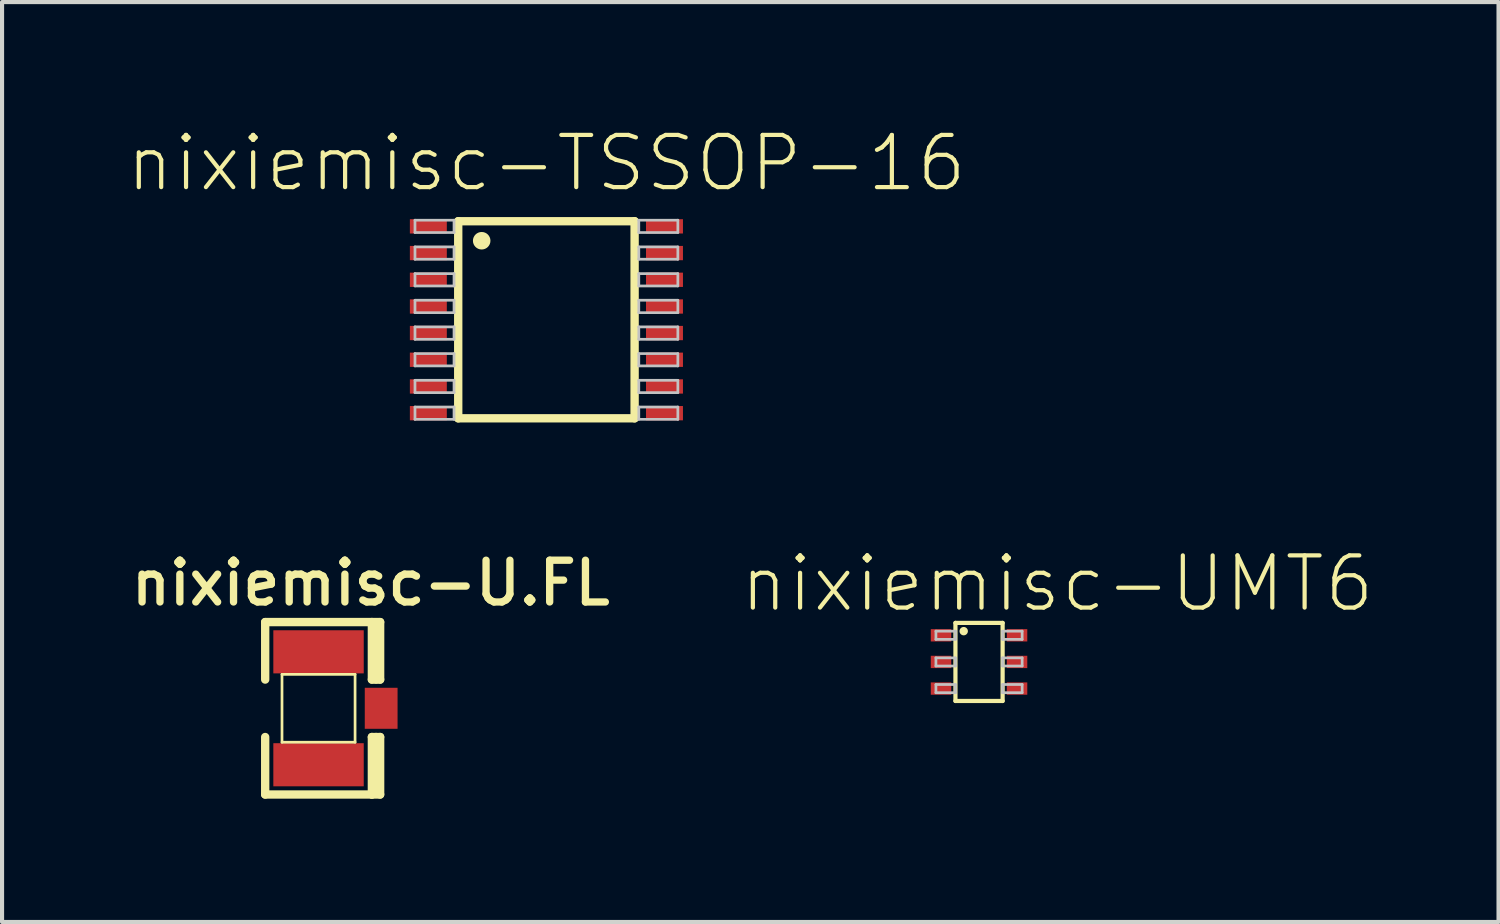
<source format=kicad_pcb>
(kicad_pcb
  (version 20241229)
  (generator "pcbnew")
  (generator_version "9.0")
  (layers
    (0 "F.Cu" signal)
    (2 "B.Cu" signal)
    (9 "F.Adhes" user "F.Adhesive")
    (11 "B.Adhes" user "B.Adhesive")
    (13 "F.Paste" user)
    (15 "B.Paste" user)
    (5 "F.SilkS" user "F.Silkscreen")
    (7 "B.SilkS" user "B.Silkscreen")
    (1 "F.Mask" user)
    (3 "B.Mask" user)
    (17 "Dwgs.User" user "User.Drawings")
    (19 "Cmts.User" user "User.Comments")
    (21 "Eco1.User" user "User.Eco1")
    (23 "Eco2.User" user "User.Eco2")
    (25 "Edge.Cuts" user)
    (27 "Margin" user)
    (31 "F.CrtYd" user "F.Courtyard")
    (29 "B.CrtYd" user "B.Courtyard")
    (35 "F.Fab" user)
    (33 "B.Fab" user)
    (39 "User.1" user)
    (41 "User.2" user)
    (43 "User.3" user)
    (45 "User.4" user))
  (footprint "nixiemisc-U.FL"
    (layer "F.Cu")
    (at 4.701 14.185)
    (property "Reference" "nixiemisc-U.FL" (at 1.27 -3.048 0) (layer "F.SilkS") (effects (font (size 1.016 1.016) (thickness 0.178))))
    (attr smd)
    (fp_line (start -1.298 -0.699) (end -1.298 -2.098) (stroke (width 0.203) (type solid)) (layer "F.SilkS"))
    (fp_line (start -1.298 2.098) (end -1.298 0.699) (stroke (width 0.203) (type solid)) (layer "F.SilkS"))
    (fp_line (start -1.298 2.098) (end 1.298 2.098) (stroke (width 0.203) (type solid)) (layer "F.SilkS"))
    (fp_line (start -0.889 -0.826) (end 0.889 -0.826) (stroke (width 0.066) (type solid)) (layer "F.SilkS"))
    (fp_line (start -0.889 0.826) (end -0.889 -0.826) (stroke (width 0.066) (type solid)) (layer "F.SilkS"))
    (fp_line (start -0.889 0.826) (end 0.889 0.826) (stroke (width 0.066) (type solid)) (layer "F.SilkS"))
    (fp_line (start 0.889 0.826) (end 0.889 -0.826) (stroke (width 0.066) (type solid)) (layer "F.SilkS"))
    (fp_line (start 1.298 -2.098) (end -1.298 -2.098) (stroke (width 0.203) (type solid)) (layer "F.SilkS"))
    (fp_line (start 1.298 -0.699) (end 1.298 -2.098) (stroke (width 0.203) (type solid)) (layer "F.SilkS"))
    (fp_line (start 1.298 2.098) (end 1.298 0.699) (stroke (width 0.203) (type solid)) (layer "F.SilkS"))
    (fp_line (start 1.4 -0.699) (end 1.4 -1.999) (stroke (width 0.203) (type solid)) (layer "F.SilkS"))
    (fp_line (start 1.4 1.999) (end 1.4 0.699) (stroke (width 0.203) (type solid)) (layer "F.SilkS"))
    (fp_line (start 1.499 -2.098) (end 1.298 -2.098) (stroke (width 0.203) (type solid)) (layer "F.SilkS"))
    (fp_line (start 1.499 -0.699) (end 1.298 -0.699) (stroke (width 0.203) (type solid)) (layer "F.SilkS"))
    (fp_line (start 1.499 -0.699) (end 1.499 -2.098) (stroke (width 0.203) (type solid)) (layer "F.SilkS"))
    (fp_line (start 1.499 0.699) (end 1.298 0.699) (stroke (width 0.203) (type solid)) (layer "F.SilkS"))
    (fp_line (start 1.499 2.098) (end 1.298 2.098) (stroke (width 0.203) (type solid)) (layer "F.SilkS"))
    (fp_line (start 1.499 2.098) (end 1.499 0.699) (stroke (width 0.203) (type solid)) (layer "F.SilkS"))
    (pad "1" smd rect (at 0 -1.374) (size 2.2 1.049) (layers "F.Cu" "F.Mask" "F.Paste"))
    (pad "2" smd rect (at 0 1.374) (size 2.2 1.049) (layers "F.Cu" "F.Mask" "F.Paste"))
    (pad "3" smd rect (at 1.524 0) (size 0.798 0.998) (layers "F.Cu" "F.Mask" "F.Paste")))
  (footprint "nixiemisc-UMT6"
    (layer "F.Cu")
    (at 20.773 13.057)
    (property "Reference" "nixiemisc-UMT6" (at 1.905 -1.905 0) (layer "F.SilkS") (effects (font (size 1.27 1.27) (thickness 0.102))))
    (attr smd)
    (fp_line (start -1.224 -0.848) (end -0.599 -0.848) (stroke (width 0.066) (type solid)) (layer "F.Mask"))
    (fp_line (start -1.224 -0.45) (end -1.224 -0.848) (stroke (width 0.066) (type solid)) (layer "F.Mask"))
    (fp_line (start -1.224 -0.45) (end -0.599 -0.45) (stroke (width 0.066) (type solid)) (layer "F.Mask"))
    (fp_line (start -1.224 -0.198) (end -0.599 -0.198) (stroke (width 0.066) (type solid)) (layer "F.Mask"))
    (fp_line (start -1.224 0.198) (end -1.224 -0.198) (stroke (width 0.066) (type solid)) (layer "F.Mask"))
    (fp_line (start -1.224 0.198) (end -0.599 0.198) (stroke (width 0.066) (type solid)) (layer "F.Mask"))
    (fp_line (start -1.224 0.45) (end -0.599 0.45) (stroke (width 0.066) (type solid)) (layer "F.Mask"))
    (fp_line (start -1.224 0.848) (end -1.224 0.45) (stroke (width 0.066) (type solid)) (layer "F.Mask"))
    (fp_line (start -1.224 0.848) (end -0.599 0.848) (stroke (width 0.066) (type solid)) (layer "F.Mask"))
    (fp_line (start -0.599 -0.45) (end -0.599 -0.848) (stroke (width 0.066) (type solid)) (layer "F.Mask"))
    (fp_line (start -0.599 0.198) (end -0.599 -0.198) (stroke (width 0.066) (type solid)) (layer "F.Mask"))
    (fp_line (start -0.599 0.848) (end -0.599 0.45) (stroke (width 0.066) (type solid)) (layer "F.Mask"))
    (fp_line (start 0.599 -0.848) (end 0.599 -0.45) (stroke (width 0.066) (type solid)) (layer "F.Mask"))
    (fp_line (start 0.599 -0.198) (end 0.599 0.198) (stroke (width 0.066) (type solid)) (layer "F.Mask"))
    (fp_line (start 0.599 0.45) (end 0.599 0.848) (stroke (width 0.066) (type solid)) (layer "F.Mask"))
    (fp_line (start 1.224 -0.848) (end 0.599 -0.848) (stroke (width 0.066) (type solid)) (layer "F.Mask"))
    (fp_line (start 1.224 -0.848) (end 1.224 -0.45) (stroke (width 0.066) (type solid)) (layer "F.Mask"))
    (fp_line (start 1.224 -0.45) (end 0.599 -0.45) (stroke (width 0.066) (type solid)) (layer "F.Mask"))
    (fp_line (start 1.224 -0.198) (end 0.599 -0.198) (stroke (width 0.066) (type solid)) (layer "F.Mask"))
    (fp_line (start 1.224 -0.198) (end 1.224 0.198) (stroke (width 0.066) (type solid)) (layer "F.Mask"))
    (fp_line (start 1.224 0.198) (end 0.599 0.198) (stroke (width 0.066) (type solid)) (layer "F.Mask"))
    (fp_line (start 1.224 0.45) (end 0.599 0.45) (stroke (width 0.066) (type solid)) (layer "F.Mask"))
    (fp_line (start 1.224 0.45) (end 1.224 0.848) (stroke (width 0.066) (type solid)) (layer "F.Mask"))
    (fp_line (start 1.224 0.848) (end 0.599 0.848) (stroke (width 0.066) (type solid)) (layer "F.Mask"))
    (fp_line (start -0.574 -0.95) (end 0.574 -0.95) (stroke (width 0.102) (type solid)) (layer "F.SilkS"))
    (fp_line (start -0.574 0.95) (end -0.574 -0.95) (stroke (width 0.102) (type solid)) (layer "F.SilkS"))
    (fp_line (start 0.574 -0.95) (end 0.574 0.95) (stroke (width 0.102) (type solid)) (layer "F.SilkS"))
    (fp_line (start 0.574 0.95) (end -0.574 0.95) (stroke (width 0.102) (type solid)) (layer "F.SilkS"))
    (fp_circle (center -0.373 -0.749) (end -0.373 -0.851) (stroke (width 0) (type solid)) (fill yes) (layer "F.SilkS"))
    (fp_line (start -1.148 -0.775) (end -0.699 -0.775) (stroke (width 0.066) (type solid)) (layer "F.Paste"))
    (fp_line (start -1.148 -0.523) (end -1.148 -0.775) (stroke (width 0.066) (type solid)) (layer "F.Paste"))
    (fp_line (start -1.148 -0.523) (end -0.699 -0.523) (stroke (width 0.066) (type solid)) (layer "F.Paste"))
    (fp_line (start -1.148 -0.124) (end -0.699 -0.124) (stroke (width 0.066) (type solid)) (layer "F.Paste"))
    (fp_line (start -1.148 0.124) (end -1.148 -0.124) (stroke (width 0.066) (type solid)) (layer "F.Paste"))
    (fp_line (start -1.148 0.124) (end -0.699 0.124) (stroke (width 0.066) (type solid)) (layer "F.Paste"))
    (fp_line (start -1.148 0.523) (end -0.699 0.523) (stroke (width 0.066) (type solid)) (layer "F.Paste"))
    (fp_line (start -1.148 0.775) (end -1.148 0.523) (stroke (width 0.066) (type solid)) (layer "F.Paste"))
    (fp_line (start -1.148 0.775) (end -0.699 0.775) (stroke (width 0.066) (type solid)) (layer "F.Paste"))
    (fp_line (start -0.699 -0.523) (end -0.699 -0.775) (stroke (width 0.066) (type solid)) (layer "F.Paste"))
    (fp_line (start -0.699 0.124) (end -0.699 -0.124) (stroke (width 0.066) (type solid)) (layer "F.Paste"))
    (fp_line (start -0.699 0.775) (end -0.699 0.523) (stroke (width 0.066) (type solid)) (layer "F.Paste"))
    (fp_line (start 0.699 -0.775) (end 0.699 -0.523) (stroke (width 0.066) (type solid)) (layer "F.Paste"))
    (fp_line (start 0.699 -0.124) (end 0.699 0.124) (stroke (width 0.066) (type solid)) (layer "F.Paste"))
    (fp_line (start 0.699 0.523) (end 0.699 0.775) (stroke (width 0.066) (type solid)) (layer "F.Paste"))
    (fp_line (start 1.148 -0.775) (end 0.699 -0.775) (stroke (width 0.066) (type solid)) (layer "F.Paste"))
    (fp_line (start 1.148 -0.775) (end 1.148 -0.523) (stroke (width 0.066) (type solid)) (layer "F.Paste"))
    (fp_line (start 1.148 -0.523) (end 0.699 -0.523) (stroke (width 0.066) (type solid)) (layer "F.Paste"))
    (fp_line (start 1.148 -0.124) (end 0.699 -0.124) (stroke (width 0.066) (type solid)) (layer "F.Paste"))
    (fp_line (start 1.148 -0.124) (end 1.148 0.124) (stroke (width 0.066) (type solid)) (layer "F.Paste"))
    (fp_line (start 1.148 0.124) (end 0.699 0.124) (stroke (width 0.066) (type solid)) (layer "F.Paste"))
    (fp_line (start 1.148 0.523) (end 0.699 0.523) (stroke (width 0.066) (type solid)) (layer "F.Paste"))
    (fp_line (start 1.148 0.523) (end 1.148 0.775) (stroke (width 0.066) (type solid)) (layer "F.Paste"))
    (fp_line (start 1.148 0.775) (end 0.699 0.775) (stroke (width 0.066) (type solid)) (layer "F.Paste"))
    (fp_line (start -1.049 -0.749) (end -0.574 -0.749) (stroke (width 0.066) (type solid)) (layer "Dwgs.User"))
    (fp_line (start -1.049 -0.549) (end -1.049 -0.749) (stroke (width 0.066) (type solid)) (layer "Dwgs.User"))
    (fp_line (start -1.049 -0.549) (end -0.574 -0.549) (stroke (width 0.066) (type solid)) (layer "Dwgs.User"))
    (fp_line (start -1.049 -0.099) (end -0.574 -0.099) (stroke (width 0.066) (type solid)) (layer "Dwgs.User"))
    (fp_line (start -1.049 0.099) (end -1.049 -0.099) (stroke (width 0.066) (type solid)) (layer "Dwgs.User"))
    (fp_line (start -1.049 0.099) (end -0.574 0.099) (stroke (width 0.066) (type solid)) (layer "Dwgs.User"))
    (fp_line (start -1.049 0.549) (end -0.574 0.549) (stroke (width 0.066) (type solid)) (layer "Dwgs.User"))
    (fp_line (start -1.049 0.749) (end -1.049 0.549) (stroke (width 0.066) (type solid)) (layer "Dwgs.User"))
    (fp_line (start -1.049 0.749) (end -0.574 0.749) (stroke (width 0.066) (type solid)) (layer "Dwgs.User"))
    (fp_line (start -0.574 -0.549) (end -0.574 -0.749) (stroke (width 0.066) (type solid)) (layer "Dwgs.User"))
    (fp_line (start -0.574 0.099) (end -0.574 -0.099) (stroke (width 0.066) (type solid)) (layer "Dwgs.User"))
    (fp_line (start -0.574 0.749) (end -0.574 0.549) (stroke (width 0.066) (type solid)) (layer "Dwgs.User"))
    (fp_line (start 0.574 -0.749) (end 0.574 -0.549) (stroke (width 0.066) (type solid)) (layer "Dwgs.User"))
    (fp_line (start 0.574 -0.099) (end 0.574 0.099) (stroke (width 0.066) (type solid)) (layer "Dwgs.User"))
    (fp_line (start 0.574 0.549) (end 0.574 0.749) (stroke (width 0.066) (type solid)) (layer "Dwgs.User"))
    (fp_line (start 1.049 -0.749) (end 0.574 -0.749) (stroke (width 0.066) (type solid)) (layer "Dwgs.User"))
    (fp_line (start 1.049 -0.749) (end 1.049 -0.549) (stroke (width 0.066) (type solid)) (layer "Dwgs.User"))
    (fp_line (start 1.049 -0.549) (end 0.574 -0.549) (stroke (width 0.066) (type solid)) (layer "Dwgs.User"))
    (fp_line (start 1.049 -0.099) (end 0.574 -0.099) (stroke (width 0.066) (type solid)) (layer "Dwgs.User"))
    (fp_line (start 1.049 -0.099) (end 1.049 0.099) (stroke (width 0.066) (type solid)) (layer "Dwgs.User"))
    (fp_line (start 1.049 0.099) (end 0.574 0.099) (stroke (width 0.066) (type solid)) (layer "Dwgs.User"))
    (fp_line (start 1.049 0.549) (end 0.574 0.549) (stroke (width 0.066) (type solid)) (layer "Dwgs.User"))
    (fp_line (start 1.049 0.549) (end 1.049 0.749) (stroke (width 0.066) (type solid)) (layer "Dwgs.User"))
    (fp_line (start 1.049 0.749) (end 0.574 0.749) (stroke (width 0.066) (type solid)) (layer "Dwgs.User"))
    (pad "1" smd rect (at -0.925 -0.648) (size 0.498 0.3) (layers "F.Cu" "F.Mask" "F.Paste"))
    (pad "2" smd rect (at -0.925 0) (size 0.498 0.3) (layers "F.Cu" "F.Mask" "F.Paste"))
    (pad "3" smd rect (at -0.925 0.648) (size 0.498 0.3) (layers "F.Cu" "F.Mask" "F.Paste"))
    (pad "4" smd rect (at 0.925 0.648 180) (size 0.498 0.3) (layers "F.Cu" "F.Mask" "F.Paste"))
    (pad "5" smd rect (at 0.925 0 180) (size 0.498 0.3) (layers "F.Cu" "F.Mask" "F.Paste"))
    (pad "6" smd rect (at 0.925 -0.648 180) (size 0.498 0.3) (layers "F.Cu" "F.Mask" "F.Paste")))
  (footprint "nixiemisc-TSSOP-16"
    (layer "F.Cu")
    (at 10.246 4.731)
    (property "Reference" "nixiemisc-TSSOP-16" (at 0 -3.81 0) (layer "F.SilkS") (effects (font (size 1.27 1.27) (thickness 0.102))))
    (attr smd)
    (fp_line (start -2.146 -2.398) (end -2.146 2.398) (stroke (width 0.203) (type solid)) (layer "F.SilkS"))
    (fp_line (start -2.146 2.398) (end 2.146 2.398) (stroke (width 0.203) (type solid)) (layer "F.SilkS"))
    (fp_line (start 2.146 -2.398) (end -2.146 -2.398) (stroke (width 0.203) (type solid)) (layer "F.SilkS"))
    (fp_line (start 2.146 2.398) (end 2.146 -2.398) (stroke (width 0.203) (type solid)) (layer "F.SilkS"))
    (fp_circle (center -1.575 -1.923) (end -1.575 -2.136) (stroke (width 0) (type solid)) (fill yes) (layer "F.SilkS"))
    (fp_line (start -3.198 -2.423) (end -2.248 -2.423) (stroke (width 0.066) (type solid)) (layer "Dwgs.User"))
    (fp_line (start -3.198 -2.123) (end -3.198 -2.423) (stroke (width 0.066) (type solid)) (layer "Dwgs.User"))
    (fp_line (start -3.198 -2.123) (end -2.248 -2.123) (stroke (width 0.066) (type solid)) (layer "Dwgs.User"))
    (fp_line (start -3.198 -1.773) (end -2.248 -1.773) (stroke (width 0.066) (type solid)) (layer "Dwgs.User"))
    (fp_line (start -3.198 -1.473) (end -3.198 -1.773) (stroke (width 0.066) (type solid)) (layer "Dwgs.User"))
    (fp_line (start -3.198 -1.473) (end -2.248 -1.473) (stroke (width 0.066) (type solid)) (layer "Dwgs.User"))
    (fp_line (start -3.198 -1.123) (end -2.248 -1.123) (stroke (width 0.066) (type solid)) (layer "Dwgs.User"))
    (fp_line (start -3.198 -0.823) (end -3.198 -1.123) (stroke (width 0.066) (type solid)) (layer "Dwgs.User"))
    (fp_line (start -3.198 -0.823) (end -2.248 -0.823) (stroke (width 0.066) (type solid)) (layer "Dwgs.User"))
    (fp_line (start -3.198 -0.475) (end -2.248 -0.475) (stroke (width 0.066) (type solid)) (layer "Dwgs.User"))
    (fp_line (start -3.198 -0.173) (end -3.198 -0.475) (stroke (width 0.066) (type solid)) (layer "Dwgs.User"))
    (fp_line (start -3.198 -0.173) (end -2.248 -0.173) (stroke (width 0.066) (type solid)) (layer "Dwgs.User"))
    (fp_line (start -3.198 0.173) (end -2.248 0.173) (stroke (width 0.066) (type solid)) (layer "Dwgs.User"))
    (fp_line (start -3.198 0.475) (end -3.198 0.173) (stroke (width 0.066) (type solid)) (layer "Dwgs.User"))
    (fp_line (start -3.198 0.475) (end -2.248 0.475) (stroke (width 0.066) (type solid)) (layer "Dwgs.User"))
    (fp_line (start -3.198 0.823) (end -2.248 0.823) (stroke (width 0.066) (type solid)) (layer "Dwgs.User"))
    (fp_line (start -3.198 1.123) (end -3.198 0.823) (stroke (width 0.066) (type solid)) (layer "Dwgs.User"))
    (fp_line (start -3.198 1.123) (end -2.248 1.123) (stroke (width 0.066) (type solid)) (layer "Dwgs.User"))
    (fp_line (start -3.198 1.473) (end -2.248 1.473) (stroke (width 0.066) (type solid)) (layer "Dwgs.User"))
    (fp_line (start -3.198 1.773) (end -3.198 1.473) (stroke (width 0.066) (type solid)) (layer "Dwgs.User"))
    (fp_line (start -3.198 1.773) (end -2.248 1.773) (stroke (width 0.066) (type solid)) (layer "Dwgs.User"))
    (fp_line (start -3.198 2.123) (end -2.248 2.123) (stroke (width 0.066) (type solid)) (layer "Dwgs.User"))
    (fp_line (start -3.198 2.423) (end -3.198 2.123) (stroke (width 0.066) (type solid)) (layer "Dwgs.User"))
    (fp_line (start -3.198 2.423) (end -2.248 2.423) (stroke (width 0.066) (type solid)) (layer "Dwgs.User"))
    (fp_line (start -2.248 -2.123) (end -2.248 -2.423) (stroke (width 0.066) (type solid)) (layer "Dwgs.User"))
    (fp_line (start -2.248 -1.473) (end -2.248 -1.773) (stroke (width 0.066) (type solid)) (layer "Dwgs.User"))
    (fp_line (start -2.248 -0.823) (end -2.248 -1.123) (stroke (width 0.066) (type solid)) (layer "Dwgs.User"))
    (fp_line (start -2.248 -0.173) (end -2.248 -0.475) (stroke (width 0.066) (type solid)) (layer "Dwgs.User"))
    (fp_line (start -2.248 0.475) (end -2.248 0.173) (stroke (width 0.066) (type solid)) (layer "Dwgs.User"))
    (fp_line (start -2.248 1.123) (end -2.248 0.823) (stroke (width 0.066) (type solid)) (layer "Dwgs.User"))
    (fp_line (start -2.248 1.773) (end -2.248 1.473) (stroke (width 0.066) (type solid)) (layer "Dwgs.User"))
    (fp_line (start -2.248 2.423) (end -2.248 2.123) (stroke (width 0.066) (type solid)) (layer "Dwgs.User"))
    (fp_line (start 2.248 -2.423) (end 2.248 -2.123) (stroke (width 0.066) (type solid)) (layer "Dwgs.User"))
    (fp_line (start 2.248 -1.773) (end 2.248 -1.473) (stroke (width 0.066) (type solid)) (layer "Dwgs.User"))
    (fp_line (start 2.248 -1.123) (end 2.248 -0.823) (stroke (width 0.066) (type solid)) (layer "Dwgs.User"))
    (fp_line (start 2.248 -0.475) (end 2.248 -0.173) (stroke (width 0.066) (type solid)) (layer "Dwgs.User"))
    (fp_line (start 2.248 0.173) (end 2.248 0.475) (stroke (width 0.066) (type solid)) (layer "Dwgs.User"))
    (fp_line (start 2.248 0.823) (end 2.248 1.123) (stroke (width 0.066) (type solid)) (layer "Dwgs.User"))
    (fp_line (start 2.248 1.473) (end 2.248 1.773) (stroke (width 0.066) (type solid)) (layer "Dwgs.User"))
    (fp_line (start 2.248 2.123) (end 2.248 2.423) (stroke (width 0.066) (type solid)) (layer "Dwgs.User"))
    (fp_line (start 3.198 -2.423) (end 2.248 -2.423) (stroke (width 0.066) (type solid)) (layer "Dwgs.User"))
    (fp_line (start 3.198 -2.423) (end 3.198 -2.123) (stroke (width 0.066) (type solid)) (layer "Dwgs.User"))
    (fp_line (start 3.198 -2.123) (end 2.248 -2.123) (stroke (width 0.066) (type solid)) (layer "Dwgs.User"))
    (fp_line (start 3.198 -1.773) (end 2.248 -1.773) (stroke (width 0.066) (type solid)) (layer "Dwgs.User"))
    (fp_line (start 3.198 -1.773) (end 3.198 -1.473) (stroke (width 0.066) (type solid)) (layer "Dwgs.User"))
    (fp_line (start 3.198 -1.473) (end 2.248 -1.473) (stroke (width 0.066) (type solid)) (layer "Dwgs.User"))
    (fp_line (start 3.198 -1.123) (end 2.248 -1.123) (stroke (width 0.066) (type solid)) (layer "Dwgs.User"))
    (fp_line (start 3.198 -1.123) (end 3.198 -0.823) (stroke (width 0.066) (type solid)) (layer "Dwgs.User"))
    (fp_line (start 3.198 -0.823) (end 2.248 -0.823) (stroke (width 0.066) (type solid)) (layer "Dwgs.User"))
    (fp_line (start 3.198 -0.475) (end 2.248 -0.475) (stroke (width 0.066) (type solid)) (layer "Dwgs.User"))
    (fp_line (start 3.198 -0.475) (end 3.198 -0.173) (stroke (width 0.066) (type solid)) (layer "Dwgs.User"))
    (fp_line (start 3.198 -0.173) (end 2.248 -0.173) (stroke (width 0.066) (type solid)) (layer "Dwgs.User"))
    (fp_line (start 3.198 0.173) (end 2.248 0.173) (stroke (width 0.066) (type solid)) (layer "Dwgs.User"))
    (fp_line (start 3.198 0.173) (end 3.198 0.475) (stroke (width 0.066) (type solid)) (layer "Dwgs.User"))
    (fp_line (start 3.198 0.475) (end 2.248 0.475) (stroke (width 0.066) (type solid)) (layer "Dwgs.User"))
    (fp_line (start 3.198 0.823) (end 2.248 0.823) (stroke (width 0.066) (type solid)) (layer "Dwgs.User"))
    (fp_line (start 3.198 0.823) (end 3.198 1.123) (stroke (width 0.066) (type solid)) (layer "Dwgs.User"))
    (fp_line (start 3.198 1.123) (end 2.248 1.123) (stroke (width 0.066) (type solid)) (layer "Dwgs.User"))
    (fp_line (start 3.198 1.473) (end 2.248 1.473) (stroke (width 0.066) (type solid)) (layer "Dwgs.User"))
    (fp_line (start 3.198 1.473) (end 3.198 1.773) (stroke (width 0.066) (type solid)) (layer "Dwgs.User"))
    (fp_line (start 3.198 1.773) (end 2.248 1.773) (stroke (width 0.066) (type solid)) (layer "Dwgs.User"))
    (fp_line (start 3.198 2.123) (end 2.248 2.123) (stroke (width 0.066) (type solid)) (layer "Dwgs.User"))
    (fp_line (start 3.198 2.123) (end 3.198 2.423) (stroke (width 0.066) (type solid)) (layer "Dwgs.User"))
    (fp_line (start 3.198 2.423) (end 2.248 2.423) (stroke (width 0.066) (type solid)) (layer "Dwgs.User"))
    (pad "1" smd rect (at -2.873 -2.273) (size 0.899 0.348) (layers "F.Cu" "F.Mask" "F.Paste"))
    (pad "2" smd rect (at -2.873 -1.623) (size 0.899 0.348) (layers "F.Cu" "F.Mask" "F.Paste"))
    (pad "3" smd rect (at -2.873 -0.973) (size 0.899 0.348) (layers "F.Cu" "F.Mask" "F.Paste"))
    (pad "4" smd rect (at -2.873 -0.323) (size 0.899 0.348) (layers "F.Cu" "F.Mask" "F.Paste"))
    (pad "5" smd rect (at -2.873 0.323) (size 0.899 0.348) (layers "F.Cu" "F.Mask" "F.Paste"))
    (pad "6" smd rect (at -2.873 0.973) (size 0.899 0.348) (layers "F.Cu" "F.Mask" "F.Paste"))
    (pad "7" smd rect (at -2.873 1.623) (size 0.899 0.348) (layers "F.Cu" "F.Mask" "F.Paste"))
    (pad "8" smd rect (at -2.873 2.273) (size 0.899 0.348) (layers "F.Cu" "F.Mask" "F.Paste"))
    (pad "9" smd rect (at 2.873 2.273 180) (size 0.899 0.348) (layers "F.Cu" "F.Mask" "F.Paste"))
    (pad "10" smd rect (at 2.873 1.623 180) (size 0.899 0.348) (layers "F.Cu" "F.Mask" "F.Paste"))
    (pad "11" smd rect (at 2.873 0.973 180) (size 0.899 0.348) (layers "F.Cu" "F.Mask" "F.Paste"))
    (pad "12" smd rect (at 2.873 0.323 180) (size 0.899 0.348) (layers "F.Cu" "F.Mask" "F.Paste"))
    (pad "13" smd rect (at 2.873 -0.323 180) (size 0.899 0.348) (layers "F.Cu" "F.Mask" "F.Paste"))
    (pad "14" smd rect (at 2.873 -0.973 180) (size 0.899 0.348) (layers "F.Cu" "F.Mask" "F.Paste"))
    (pad "15" smd rect (at 2.873 -1.623 180) (size 0.899 0.348) (layers "F.Cu" "F.Mask" "F.Paste"))
    (pad "16" smd rect (at 2.873 -2.273 180) (size 0.899 0.348) (layers "F.Cu" "F.Mask" "F.Paste")))
  (gr_rect
    (start -3 -3)
    (end 33.414 19.385)
    (stroke (width 0.1) (type default))
    (fill no)
    (layer "Edge.Cuts")))
</source>
